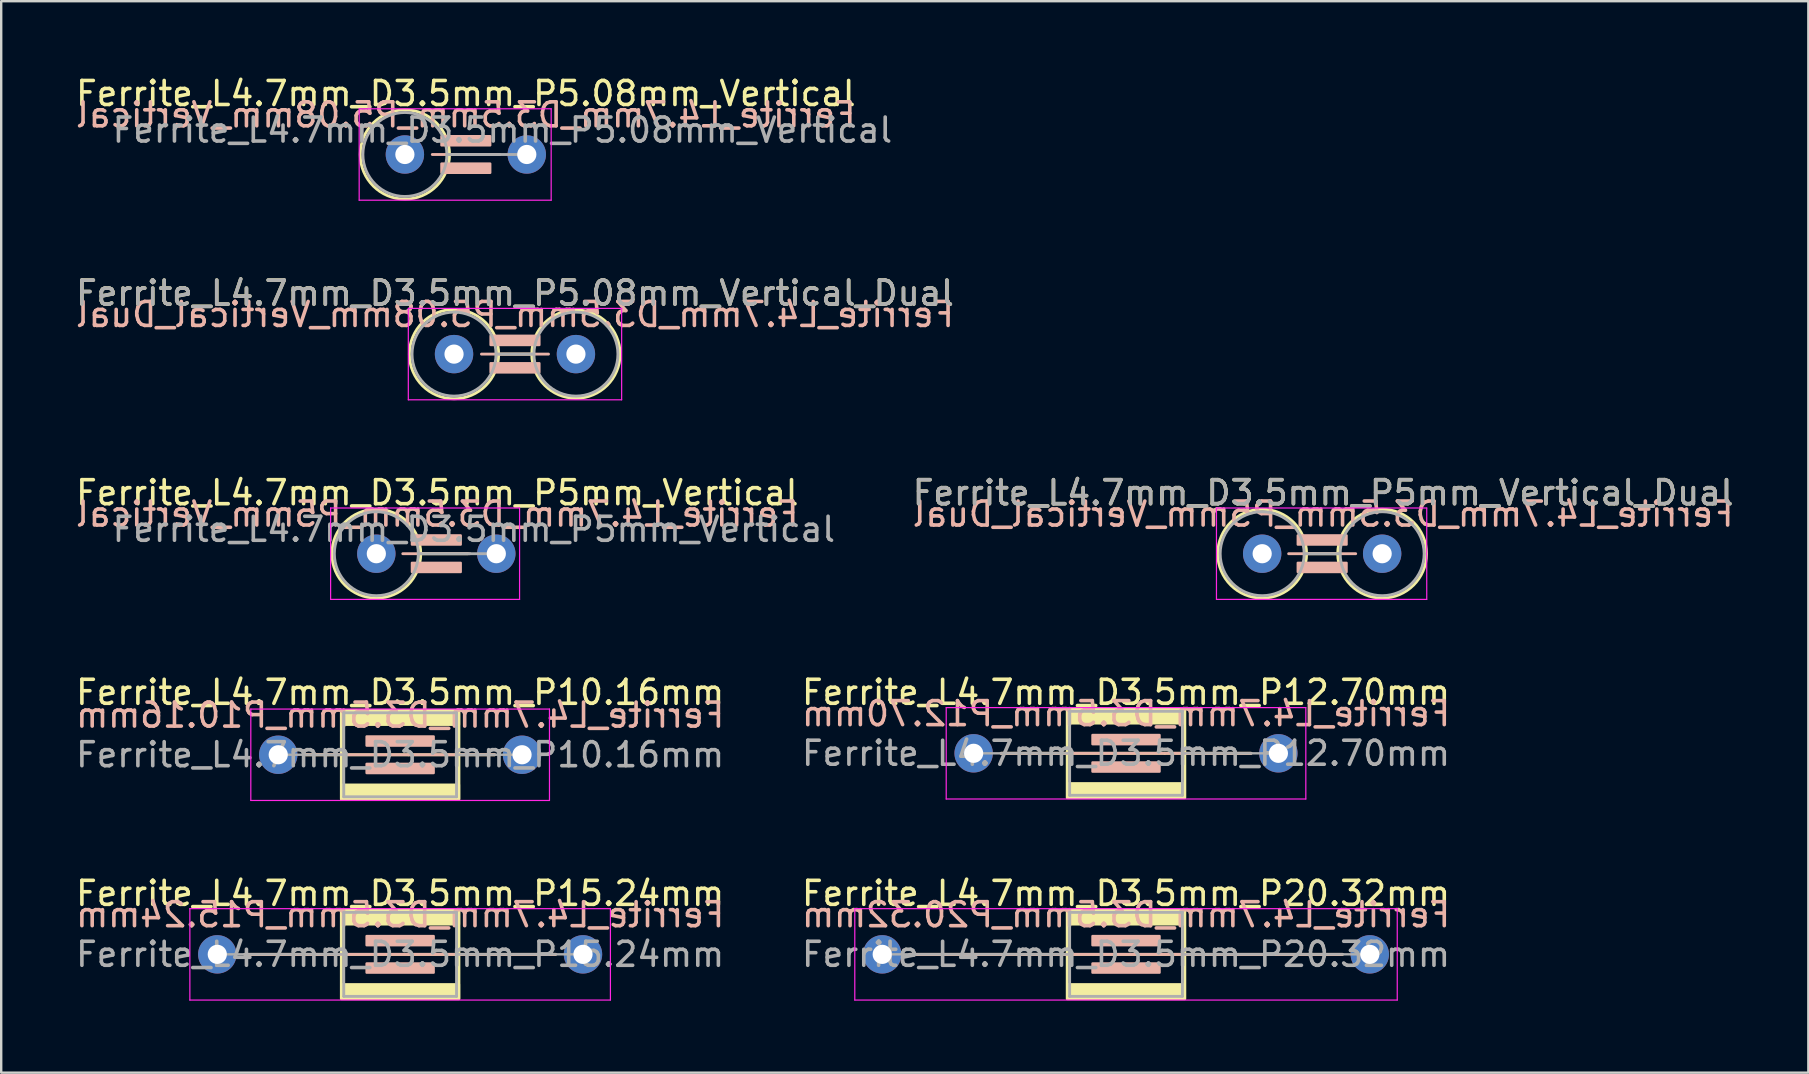
<source format=kicad_pcb>
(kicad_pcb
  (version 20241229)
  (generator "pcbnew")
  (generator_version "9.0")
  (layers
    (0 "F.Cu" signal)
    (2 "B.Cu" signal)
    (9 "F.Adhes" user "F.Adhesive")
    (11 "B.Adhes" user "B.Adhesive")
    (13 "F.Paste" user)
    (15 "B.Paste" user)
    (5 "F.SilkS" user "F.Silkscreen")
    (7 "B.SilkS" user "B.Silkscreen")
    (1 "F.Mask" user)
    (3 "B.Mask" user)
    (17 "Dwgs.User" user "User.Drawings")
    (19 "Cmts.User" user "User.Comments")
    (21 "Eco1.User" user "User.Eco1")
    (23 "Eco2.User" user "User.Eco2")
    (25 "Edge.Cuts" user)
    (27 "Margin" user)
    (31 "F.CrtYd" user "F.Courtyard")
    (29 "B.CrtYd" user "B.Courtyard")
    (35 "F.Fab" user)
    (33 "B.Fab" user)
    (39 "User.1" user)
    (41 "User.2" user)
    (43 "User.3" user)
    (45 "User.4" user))
  (footprint "Ferrite_L4.7mm_D3.5mm_P10.16mm"
    (layer "F.Cu")
    (at 8.545 28.403)
    (property "Reference" "Ferrite_L4.7mm_D3.5mm_P10.16mm" (at 5.08 -2.6 0) (layer "F.SilkS") (effects (font (size 1 1) (thickness 0.15))))
    (fp_line (start 5.424 0.000002) (end 1.143 0) (stroke (width 0.12) (type solid)) (layer "F.SilkS"))
    (fp_line (start 5.424 0.000002) (end 9.017 0) (stroke (width 0.12) (type solid)) (layer "F.SilkS"))
    (fp_rect (start 2.63 -1.85) (end 7.53 1.85) (stroke (width 0.12) (type solid)) (fill no) (layer "F.SilkS"))
    (fp_poly (pts (xy 7.53 -1.25) (xy 2.63 -1.25) (xy 2.63 -1.85) (xy 7.53 -1.85)) (stroke (width 0.1) (type solid)) (fill yes) (layer "F.SilkS"))
    (fp_poly (pts (xy 7.53 1.85) (xy 2.63 1.85) (xy 2.63 1.25) (xy 7.53 1.25)) (stroke (width 0.1) (type solid)) (fill yes) (layer "F.SilkS"))
    (fp_line (start 1.143 0) (end 9.017 0) (stroke (width 0.12) (type solid)) (layer "B.SilkS"))
    (fp_rect (start 3.683 -0.762) (end 6.477 -0.381) (stroke (width 0.1) (type solid)) (fill yes) (layer "B.SilkS"))
    (fp_rect (start 3.683 0.381) (end 6.477 0.762) (stroke (width 0.1) (type solid)) (fill yes) (layer "B.SilkS"))
    (fp_line (start -1.143 -1.905) (end 11.303 -1.905) (stroke (width 0.05) (type solid)) (layer "F.CrtYd"))
    (fp_line (start -1.143 1.905) (end -1.143 -1.905) (stroke (width 0.05) (type solid)) (layer "F.CrtYd"))
    (fp_line (start 11.303 -1.905) (end 11.303 1.905) (stroke (width 0.05) (type solid)) (layer "F.CrtYd"))
    (fp_line (start 11.303 1.905) (end -1.143 1.905) (stroke (width 0.05) (type solid)) (layer "F.CrtYd"))
    (fp_line (start 2.73 -1.75) (end 2.73 0) (stroke (width 0.12) (type solid)) (layer "F.Fab"))
    (fp_line (start 2.73 0) (end 0 0) (stroke (width 0.1) (type solid)) (layer "F.Fab"))
    (fp_line (start 2.73 0) (end 2.73 1.75) (stroke (width 0.12) (type solid)) (layer "F.Fab"))
    (fp_line (start 2.73 1.75) (end 7.43 1.75) (stroke (width 0.12) (type solid)) (layer "F.Fab"))
    (fp_line (start 7.43 -1.75) (end 2.73 -1.75) (stroke (width 0.12) (type solid)) (layer "F.Fab"))
    (fp_line (start 7.43 1.75) (end 7.43 -1.75) (stroke (width 0.12) (type solid)) (layer "F.Fab"))
    (fp_line (start 10.16 0) (end 7.43 0) (stroke (width 0.1) (type solid)) (layer "F.Fab"))
    (fp_text user "${REFERENCE}" (at 5.08 -1.651 0) (layer "B.SilkS") (effects (font (size 1 1) (thickness 0.15)) (justify mirror)))
    (fp_text user "${REFERENCE}" (at 5.08 0 0) (layer "F.Fab") (effects (font (size 1 1) (thickness 0.15))))
    (pad "1" thru_hole circle (at 0 0) (size 1.6 1.6) (drill 0.8) (layers "*.Cu" "*.Mask"))
    (pad "2" thru_hole circle (at 10.16 0) (size 1.6 1.6) (drill 0.8) (layers "*.Cu" "*.Mask")))
  (footprint "Ferrite_L4.7mm_D3.5mm_P5mm_Vertical_Dual"
    (layer "F.Cu")
    (at 49.549 20.025)
    (property "Reference" "Ferrite_L4.7mm_D3.5mm_P5mm_Vertical_Dual" (at 2.54 -2.54 0) (layer "F.SilkS") (effects (font (size 1 1) (thickness 0.15))))
    (fp_line (start 1.85 0) (end 3.15 0) (stroke (width 0.12) (type solid)) (layer "F.SilkS"))
    (fp_circle (center 0 0) (end -1.85 0) (stroke (width 0.12) (type solid)) (fill no) (layer "F.SilkS"))
    (fp_circle (center 5 0) (end 3.15 0) (stroke (width 0.12) (type solid)) (fill no) (layer "F.SilkS"))
    (fp_line (start 3.897 0) (end 1.103 0) (stroke (width 0.12) (type solid)) (layer "B.SilkS"))
    (fp_rect (start 1.484 -0.762) (end 3.516 -0.381) (stroke (width 0.1) (type solid)) (fill yes) (layer "B.SilkS"))
    (fp_rect (start 1.484 0.381) (end 3.516 0.762) (stroke (width 0.1) (type solid)) (fill yes) (layer "B.SilkS"))
    (fp_line (start -1.905 -1.905) (end 6.858 -1.905) (stroke (width 0.05) (type solid)) (layer "F.CrtYd"))
    (fp_line (start -1.905 1.905) (end -1.905 -1.905) (stroke (width 0.05) (type solid)) (layer "F.CrtYd"))
    (fp_line (start 6.858 -1.905) (end 6.858 1.905) (stroke (width 0.05) (type solid)) (layer "F.CrtYd"))
    (fp_line (start 6.858 1.905) (end -1.905 1.905) (stroke (width 0.05) (type solid)) (layer "F.CrtYd"))
    (fp_line (start 1.75 0) (end 3.25 0) (stroke (width 0.12) (type solid)) (layer "F.Fab"))
    (fp_circle (center 0 0) (end -1.75 0) (stroke (width 0.12) (type solid)) (fill no) (layer "F.Fab"))
    (fp_circle (center 5 0) (end 3.25 0) (stroke (width 0.12) (type solid)) (fill no) (layer "F.Fab"))
    (fp_text user "${REFERENCE}" (at 2.54 -1.651 0) (layer "B.SilkS") (effects (font (size 1 1) (thickness 0.15)) (justify mirror)))
    (fp_text user "${REFERENCE}" (at 2.54 -2.539 0) (layer "F.Fab") (effects (font (size 1 1) (thickness 0.15))))
    (pad "1" thru_hole circle (at 0 0) (size 1.6 1.6) (drill 0.8) (layers "*.Cu" "*.Mask"))
    (pad "2" thru_hole circle (at 5 0) (size 1.6 1.6) (drill 0.8) (layers "*.Cu" "*.Mask")))
  (footprint "Ferrite_L4.7mm_D3.5mm_P12.70mm"
    (layer "F.Cu")
    (at 37.525 28.343)
    (property "Reference" "Ferrite_L4.7mm_D3.5mm_P12.70mm" (at 6.35 -2.54 0) (layer "F.SilkS") (effects (font (size 1 1) (thickness 0.15))))
    (fp_line (start 7.964 0.000002) (end 1.143 0) (stroke (width 0.12) (type solid)) (layer "F.SilkS"))
    (fp_line (start 7.964 0.000002) (end 11.557 0) (stroke (width 0.12) (type solid)) (layer "F.SilkS"))
    (fp_rect (start 3.9 -1.85) (end 8.8 1.85) (stroke (width 0.12) (type solid)) (fill no) (layer "F.SilkS"))
    (fp_poly (pts (xy 8.8 -1.25) (xy 3.9 -1.25) (xy 3.9 -1.85) (xy 8.8 -1.85)) (stroke (width 0.1) (type solid)) (fill yes) (layer "F.SilkS"))
    (fp_poly (pts (xy 8.8 1.85) (xy 3.9 1.85) (xy 3.9 1.25) (xy 8.8 1.25)) (stroke (width 0.1) (type solid)) (fill yes) (layer "F.SilkS"))
    (fp_line (start 1.143 0) (end 11.557 0) (stroke (width 0.12) (type solid)) (layer "B.SilkS"))
    (fp_rect (start 4.953 -0.762) (end 7.747 -0.381) (stroke (width 0.1) (type solid)) (fill yes) (layer "B.SilkS"))
    (fp_rect (start 4.953 0.381) (end 7.747 0.762) (stroke (width 0.1) (type solid)) (fill yes) (layer "B.SilkS"))
    (fp_line (start -1.143 -1.905) (end 13.843 -1.905) (stroke (width 0.05) (type solid)) (layer "F.CrtYd"))
    (fp_line (start -1.143 1.905) (end -1.143 -1.905) (stroke (width 0.05) (type solid)) (layer "F.CrtYd"))
    (fp_line (start 13.843 -1.905) (end 13.843 1.905) (stroke (width 0.05) (type solid)) (layer "F.CrtYd"))
    (fp_line (start 13.843 1.905) (end -1.143 1.905) (stroke (width 0.05) (type solid)) (layer "F.CrtYd"))
    (fp_line (start 4 -1.75) (end 4 0) (stroke (width 0.12) (type solid)) (layer "F.Fab"))
    (fp_line (start 4 0) (end 0 0) (stroke (width 0.1) (type solid)) (layer "F.Fab"))
    (fp_line (start 4 0) (end 4 1.75) (stroke (width 0.12) (type solid)) (layer "F.Fab"))
    (fp_line (start 4 1.75) (end 8.7 1.75) (stroke (width 0.12) (type solid)) (layer "F.Fab"))
    (fp_line (start 8.7 -1.75) (end 4 -1.75) (stroke (width 0.12) (type solid)) (layer "F.Fab"))
    (fp_line (start 8.7 0) (end 12.7 0) (stroke (width 0.1) (type solid)) (layer "F.Fab"))
    (fp_line (start 8.7 1.75) (end 8.7 -1.75) (stroke (width 0.12) (type solid)) (layer "F.Fab"))
    (fp_text user "${REFERENCE}" (at 6.35 -1.651 0) (layer "B.SilkS") (effects (font (size 1 1) (thickness 0.15)) (justify mirror)))
    (fp_text user "${REFERENCE}" (at 6.35 0 0) (layer "F.Fab") (effects (font (size 1 1) (thickness 0.15))))
    (pad "1" thru_hole circle (at 0 0) (size 1.6 1.6) (drill 0.8) (layers "*.Cu" "*.Mask"))
    (pad "2" thru_hole circle (at 12.7 0) (size 1.6 1.6) (drill 0.8) (layers "*.Cu" "*.Mask")))
  (footprint "Ferrite_L4.7mm_D3.5mm_P20.32mm"
    (layer "F.Cu")
    (at 33.715 36.721)
    (property "Reference" "Ferrite_L4.7mm_D3.5mm_P20.32mm" (at 10.16 -2.54 0) (layer "F.SilkS") (effects (font (size 1 1) (thickness 0.15))))
    (fp_line (start 7.964 0.000002) (end 1.143 0) (stroke (width 0.12) (type solid)) (layer "F.SilkS"))
    (fp_line (start 7.964 0.000002) (end 19.177 0) (stroke (width 0.12) (type solid)) (layer "F.SilkS"))
    (fp_rect (start 7.71 -1.85) (end 12.61 1.85) (stroke (width 0.12) (type solid)) (fill no) (layer "F.SilkS"))
    (fp_poly (pts (xy 12.61 -1.25) (xy 7.71 -1.25) (xy 7.71 -1.85) (xy 12.61 -1.85)) (stroke (width 0.1) (type solid)) (fill yes) (layer "F.SilkS"))
    (fp_poly (pts (xy 12.61 1.85) (xy 7.71 1.85) (xy 7.71 1.25) (xy 12.61 1.25)) (stroke (width 0.1) (type solid)) (fill yes) (layer "F.SilkS"))
    (fp_line (start 1.143 0) (end 19.177 0) (stroke (width 0.12) (type solid)) (layer "B.SilkS"))
    (fp_rect (start 8.763 -0.762) (end 11.557 -0.381) (stroke (width 0.1) (type solid)) (fill yes) (layer "B.SilkS"))
    (fp_rect (start 8.763 0.381) (end 11.557 0.762) (stroke (width 0.1) (type solid)) (fill yes) (layer "B.SilkS"))
    (fp_line (start -1.143 -1.905) (end 21.463 -1.905) (stroke (width 0.05) (type solid)) (layer "F.CrtYd"))
    (fp_line (start -1.143 1.905) (end -1.143 -1.905) (stroke (width 0.05) (type solid)) (layer "F.CrtYd"))
    (fp_line (start 21.463 -1.905) (end 21.463 1.905) (stroke (width 0.05) (type solid)) (layer "F.CrtYd"))
    (fp_line (start 21.463 1.905) (end -1.143 1.905) (stroke (width 0.05) (type solid)) (layer "F.CrtYd"))
    (fp_line (start 0 0) (end 7.81 0) (stroke (width 0.1) (type solid)) (layer "F.Fab"))
    (fp_line (start 7.81 -1.75) (end 7.81 0) (stroke (width 0.12) (type solid)) (layer "F.Fab"))
    (fp_line (start 7.81 0) (end 7.81 1.75) (stroke (width 0.12) (type solid)) (layer "F.Fab"))
    (fp_line (start 7.81 1.75) (end 12.51 1.75) (stroke (width 0.12) (type solid)) (layer "F.Fab"))
    (fp_line (start 12.51 -1.75) (end 7.81 -1.75) (stroke (width 0.12) (type solid)) (layer "F.Fab"))
    (fp_line (start 12.51 1.75) (end 12.51 -1.75) (stroke (width 0.12) (type solid)) (layer "F.Fab"))
    (fp_line (start 20.32 0) (end 12.51 0) (stroke (width 0.1) (type solid)) (layer "F.Fab"))
    (fp_text user "${REFERENCE}" (at 10.16 -1.651 0) (layer "B.SilkS") (effects (font (size 1 1) (thickness 0.15)) (justify mirror)))
    (fp_text user "${REFERENCE}" (at 10.16 0 0) (layer "F.Fab") (effects (font (size 1 1) (thickness 0.15))))
    (pad "1" thru_hole circle (at 0 0) (size 1.6 1.6) (drill 0.8) (layers "*.Cu" "*.Mask"))
    (pad "2" thru_hole circle (at 20.32 0) (size 1.6 1.6) (drill 0.8) (layers "*.Cu" "*.Mask")))
  (footprint "Ferrite_L4.7mm_D3.5mm_P5.08mm_Vertical"
    (layer "F.Cu")
    (at 13.823 3.388)
    (property "Reference" "Ferrite_L4.7mm_D3.5mm_P5.08mm_Vertical" (at 2.54 -2.54 0) (layer "F.SilkS") (effects (font (size 1 1) (thickness 0.15))))
    (fp_line (start 1.86 0) (end 3.937 0) (stroke (width 0.12) (type solid)) (layer "F.SilkS"))
    (fp_circle (center 0 0) (end -1.86 0) (stroke (width 0.12) (type solid)) (fill no) (layer "F.SilkS"))
    (fp_line (start 3.937 0) (end 1.143 0) (stroke (width 0.12) (type solid)) (layer "B.SilkS"))
    (fp_rect (start 1.524 -0.762) (end 3.556 -0.381) (stroke (width 0.1) (type solid)) (fill yes) (layer "B.SilkS"))
    (fp_rect (start 1.524 0.381) (end 3.556 0.762) (stroke (width 0.1) (type solid)) (fill yes) (layer "B.SilkS"))
    (fp_line (start -1.905 -1.905) (end 6.096 -1.905) (stroke (width 0.05) (type solid)) (layer "F.CrtYd"))
    (fp_line (start -1.905 1.905) (end -1.905 -1.905) (stroke (width 0.05) (type solid)) (layer "F.CrtYd"))
    (fp_line (start 6.096 -1.905) (end 6.096 1.905) (stroke (width 0.05) (type solid)) (layer "F.CrtYd"))
    (fp_line (start 6.096 1.905) (end -1.905 1.905) (stroke (width 0.05) (type solid)) (layer "F.CrtYd"))
    (fp_line (start 1.75 0) (end 5.08 0) (stroke (width 0.12) (type solid)) (layer "F.Fab"))
    (fp_circle (center 0 0) (end -1.75 0) (stroke (width 0.12) (type solid)) (fill no) (layer "F.Fab"))
    (fp_text user "${REFERENCE}" (at 2.54 -1.651 0) (layer "B.SilkS") (effects (font (size 1 1) (thickness 0.15)) (justify mirror)))
    (fp_text user "${REFERENCE}" (at 4.064 -1.016 0) (layer "F.Fab") (effects (font (size 1 1) (thickness 0.15))))
    (pad "1" thru_hole circle (at 0 0) (size 1.6 1.6) (drill 0.8) (layers "*.Cu" "*.Mask"))
    (pad "2" thru_hole circle (at 5.08 0) (size 1.6 1.6) (drill 0.8) (layers "*.Cu" "*.Mask")))
  (footprint "Ferrite_L4.7mm_D3.5mm_P5.08mm_Vertical_Dual"
    (layer "F.Cu")
    (at 15.871 11.707)
    (property "Reference" "Ferrite_L4.7mm_D3.5mm_P5.08mm_Vertical_Dual" (at 2.54 -2.54 0) (layer "F.SilkS") (effects (font (size 1 1) (thickness 0.15))))
    (fp_line (start 1.86 0) (end 3.24 0) (stroke (width 0.12) (type solid)) (layer "F.SilkS"))
    (fp_circle (center 0 0) (end -1.86 0) (stroke (width 0.12) (type solid)) (fill no) (layer "F.SilkS"))
    (fp_circle (center 5.08 0) (end 3.24 0) (stroke (width 0.12) (type solid)) (fill no) (layer "F.SilkS"))
    (fp_line (start 3.937 0) (end 1.143 0) (stroke (width 0.12) (type solid)) (layer "B.SilkS"))
    (fp_rect (start 1.524 -0.762) (end 3.556 -0.381) (stroke (width 0.1) (type solid)) (fill yes) (layer "B.SilkS"))
    (fp_rect (start 1.524 0.381) (end 3.556 0.762) (stroke (width 0.1) (type solid)) (fill yes) (layer "B.SilkS"))
    (fp_line (start -1.905 -1.905) (end 6.985 -1.905) (stroke (width 0.05) (type solid)) (layer "F.CrtYd"))
    (fp_line (start -1.905 1.905) (end -1.905 -1.905) (stroke (width 0.05) (type solid)) (layer "F.CrtYd"))
    (fp_line (start 6.985 -1.905) (end 6.985 1.905) (stroke (width 0.05) (type solid)) (layer "F.CrtYd"))
    (fp_line (start 6.985 1.905) (end -1.905 1.905) (stroke (width 0.05) (type solid)) (layer "F.CrtYd"))
    (fp_line (start 1.75 0) (end 3.33 0) (stroke (width 0.12) (type solid)) (layer "F.Fab"))
    (fp_circle (center 0 0) (end -1.75 0) (stroke (width 0.12) (type solid)) (fill no) (layer "F.Fab"))
    (fp_circle (center 5.08 0) (end 3.33 0) (stroke (width 0.12) (type solid)) (fill no) (layer "F.Fab"))
    (fp_text user "${REFERENCE}" (at 2.54 -1.651 0) (layer "B.SilkS") (effects (font (size 1 1) (thickness 0.15)) (justify mirror)))
    (fp_text user "${REFERENCE}" (at 2.54 -2.539 0) (layer "F.Fab") (effects (font (size 1 1) (thickness 0.15))))
    (pad "1" thru_hole circle (at 0 0) (size 1.6 1.6) (drill 0.8) (layers "*.Cu" "*.Mask"))
    (pad "2" thru_hole circle (at 5.08 0) (size 1.6 1.6) (drill 0.8) (layers "*.Cu" "*.Mask")))
  (footprint "Ferrite_L4.7mm_D3.5mm_P5mm_Vertical"
    (layer "F.Cu")
    (at 12.633 20.025)
    (property "Reference" "Ferrite_L4.7mm_D3.5mm_P5mm_Vertical" (at 2.54 -2.54 0) (layer "F.SilkS") (effects (font (size 1 1) (thickness 0.15))))
    (fp_line (start 1.85 0) (end 3.81 0) (stroke (width 0.12) (type solid)) (layer "F.SilkS"))
    (fp_circle (center 0 0) (end -1.85 0) (stroke (width 0.12) (type solid)) (fill no) (layer "F.SilkS"))
    (fp_line (start 3.897 0) (end 1.103 0) (stroke (width 0.12) (type solid)) (layer "B.SilkS"))
    (fp_rect (start 1.484 -0.762) (end 3.516 -0.381) (stroke (width 0.1) (type solid)) (fill yes) (layer "B.SilkS"))
    (fp_rect (start 1.484 0.381) (end 3.516 0.762) (stroke (width 0.1) (type solid)) (fill yes) (layer "B.SilkS"))
    (fp_line (start -1.905 -1.905) (end 5.969 -1.905) (stroke (width 0.05) (type solid)) (layer "F.CrtYd"))
    (fp_line (start -1.905 1.905) (end -1.905 -1.905) (stroke (width 0.05) (type solid)) (layer "F.CrtYd"))
    (fp_line (start 5.969 -1.905) (end 5.969 1.905) (stroke (width 0.05) (type solid)) (layer "F.CrtYd"))
    (fp_line (start 5.969 1.905) (end -1.905 1.905) (stroke (width 0.05) (type solid)) (layer "F.CrtYd"))
    (fp_line (start 1.75 0) (end 5 0) (stroke (width 0.12) (type solid)) (layer "F.Fab"))
    (fp_circle (center 0 0) (end -1.75 0) (stroke (width 0.12) (type solid)) (fill no) (layer "F.Fab"))
    (fp_text user "${REFERENCE}" (at 2.54 -1.651 0) (layer "B.SilkS") (effects (font (size 1 1) (thickness 0.15)) (justify mirror)))
    (fp_text user "${REFERENCE}" (at 4.064 -1.016 0) (layer "F.Fab") (effects (font (size 1 1) (thickness 0.15))))
    (pad "1" thru_hole circle (at 0 0) (size 1.6 1.6) (drill 0.8) (layers "*.Cu" "*.Mask"))
    (pad "2" thru_hole circle (at 5 0) (size 1.6 1.6) (drill 0.8) (layers "*.Cu" "*.Mask")))
  (footprint "Ferrite_L4.7mm_D3.5mm_P15.24mm"
    (layer "F.Cu")
    (at 6.005 36.721)
    (property "Reference" "Ferrite_L4.7mm_D3.5mm_P15.24mm" (at 7.62 -2.54 0) (layer "F.SilkS") (effects (font (size 1 1) (thickness 0.15))))
    (fp_line (start 7.964 0.000002) (end 1.143 0) (stroke (width 0.12) (type solid)) (layer "F.SilkS"))
    (fp_line (start 7.964 0.000002) (end 14.097 0) (stroke (width 0.12) (type solid)) (layer "F.SilkS"))
    (fp_rect (start 5.17 -1.85) (end 10.07 1.85) (stroke (width 0.12) (type solid)) (fill no) (layer "F.SilkS"))
    (fp_poly (pts (xy 10.07 -1.25) (xy 5.17 -1.25) (xy 5.17 -1.85) (xy 10.07 -1.85)) (stroke (width 0.1) (type solid)) (fill yes) (layer "F.SilkS"))
    (fp_poly (pts (xy 10.07 1.85) (xy 5.17 1.85) (xy 5.17 1.25) (xy 10.07 1.25)) (stroke (width 0.1) (type solid)) (fill yes) (layer "F.SilkS"))
    (fp_line (start 1.143 0) (end 14.097 0) (stroke (width 0.12) (type solid)) (layer "B.SilkS"))
    (fp_rect (start 6.223 -0.762) (end 9.017 -0.381) (stroke (width 0.1) (type solid)) (fill yes) (layer "B.SilkS"))
    (fp_rect (start 6.223 0.381) (end 9.017 0.762) (stroke (width 0.1) (type solid)) (fill yes) (layer "B.SilkS"))
    (fp_line (start -1.143 -1.905) (end 16.383 -1.905) (stroke (width 0.05) (type solid)) (layer "F.CrtYd"))
    (fp_line (start -1.143 1.905) (end -1.143 -1.905) (stroke (width 0.05) (type solid)) (layer "F.CrtYd"))
    (fp_line (start 16.383 -1.905) (end 16.383 1.905) (stroke (width 0.05) (type solid)) (layer "F.CrtYd"))
    (fp_line (start 16.383 1.905) (end -1.143 1.905) (stroke (width 0.05) (type solid)) (layer "F.CrtYd"))
    (fp_line (start 0 0) (end 5.27 0) (stroke (width 0.1) (type solid)) (layer "F.Fab"))
    (fp_line (start 5.27 -1.75) (end 5.27 0) (stroke (width 0.12) (type solid)) (layer "F.Fab"))
    (fp_line (start 5.27 0) (end 5.27 1.75) (stroke (width 0.12) (type solid)) (layer "F.Fab"))
    (fp_line (start 5.27 1.75) (end 9.97 1.75) (stroke (width 0.12) (type solid)) (layer "F.Fab"))
    (fp_line (start 9.97 -1.75) (end 5.27 -1.75) (stroke (width 0.12) (type solid)) (layer "F.Fab"))
    (fp_line (start 9.97 1.75) (end 9.97 -1.75) (stroke (width 0.12) (type solid)) (layer "F.Fab"))
    (fp_line (start 15.24 0) (end 9.97 0) (stroke (width 0.1) (type solid)) (layer "F.Fab"))
    (fp_text user "${REFERENCE}" (at 7.62 -1.651 0) (layer "B.SilkS") (effects (font (size 1 1) (thickness 0.15)) (justify mirror)))
    (fp_text user "${REFERENCE}" (at 7.62 0 0) (layer "F.Fab") (effects (font (size 1 1) (thickness 0.15))))
    (pad "1" thru_hole circle (at 0 0) (size 1.6 1.6) (drill 0.8) (layers "*.Cu" "*.Mask"))
    (pad "2" thru_hole circle (at 15.24 0) (size 1.6 1.6) (drill 0.8) (layers "*.Cu" "*.Mask")))
  (gr_rect
    (start -3 -3)
    (end 72.31 41.651)
    (stroke (width 0.1) (type default))
    (fill no)
    (layer "Edge.Cuts")))
</source>
